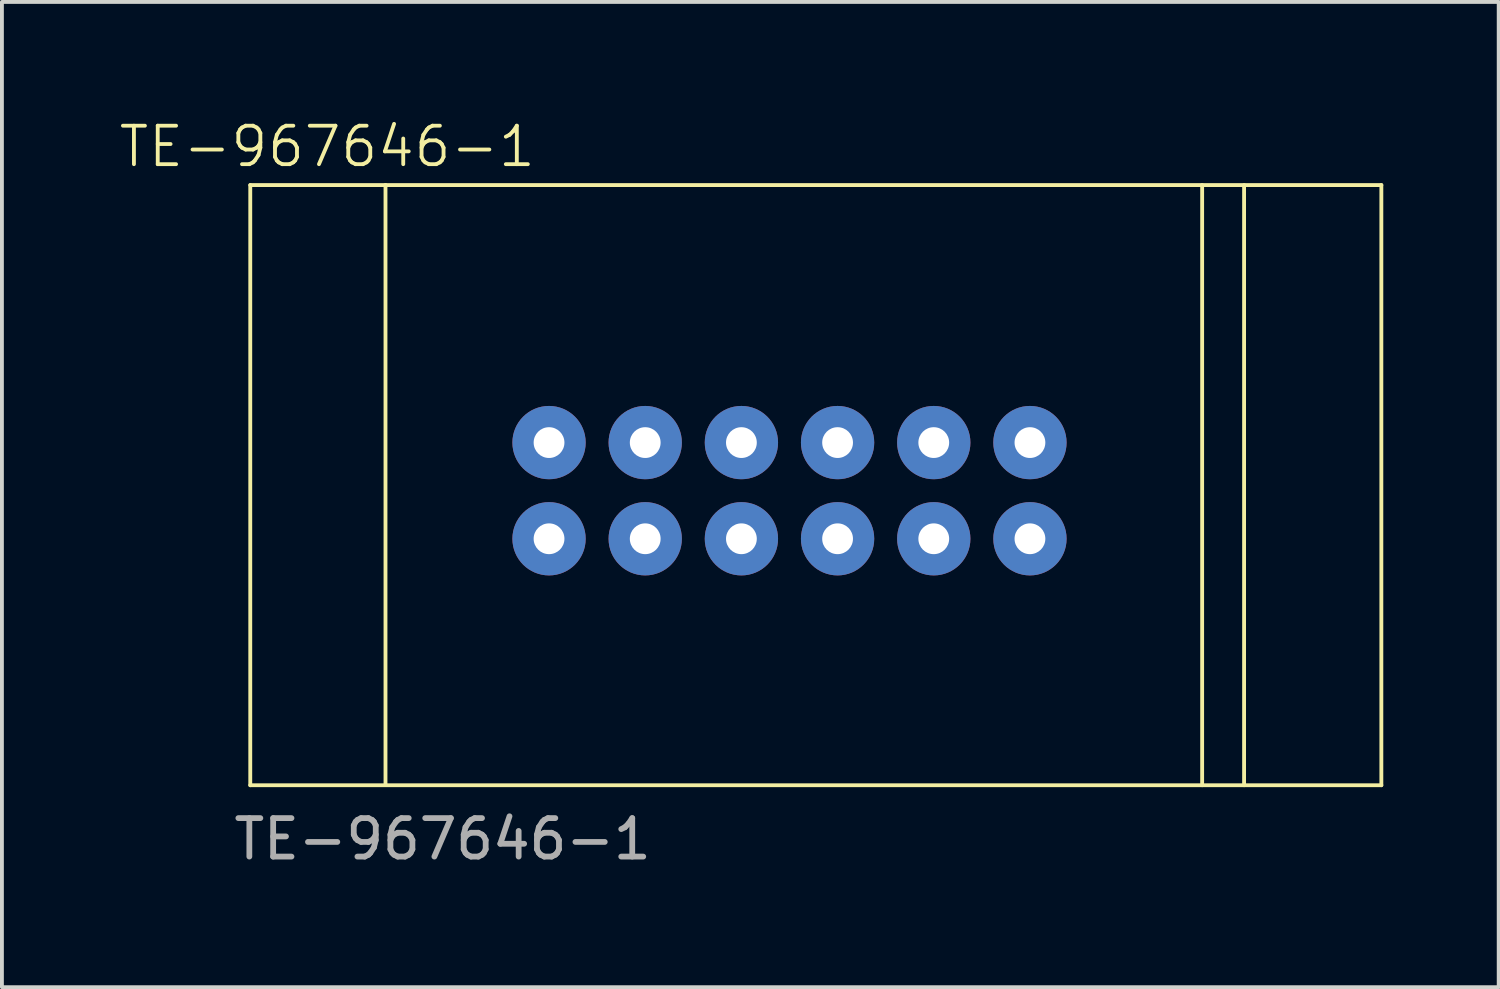
<source format=kicad_pcb>
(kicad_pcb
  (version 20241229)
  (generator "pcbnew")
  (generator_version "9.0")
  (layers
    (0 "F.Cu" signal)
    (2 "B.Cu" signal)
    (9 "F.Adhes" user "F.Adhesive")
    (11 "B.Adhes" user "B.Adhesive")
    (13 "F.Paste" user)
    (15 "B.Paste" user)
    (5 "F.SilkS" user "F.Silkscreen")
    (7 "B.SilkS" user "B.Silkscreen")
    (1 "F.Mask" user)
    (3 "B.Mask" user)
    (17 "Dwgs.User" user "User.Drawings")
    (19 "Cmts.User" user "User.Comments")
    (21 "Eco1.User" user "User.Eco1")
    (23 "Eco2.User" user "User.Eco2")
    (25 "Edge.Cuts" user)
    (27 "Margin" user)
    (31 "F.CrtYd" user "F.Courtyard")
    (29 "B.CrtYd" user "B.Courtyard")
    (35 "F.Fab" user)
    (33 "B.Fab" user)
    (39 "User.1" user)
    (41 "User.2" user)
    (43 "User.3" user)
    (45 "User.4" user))
  (footprint "TE-967646-1"
    (layer "F.Cu")
    (at 3.455 1.76)
    (property "Reference" "TE-967646-1" (at 2 -1 0) (unlocked yes) (layer "F.SilkS") (effects (font (size 1 1) (thickness 0.1))))
    (attr smd)
    (fp_line (start 0 0) (end 0 15.6) (stroke (width 0.1) (type solid)) (layer "F.SilkS"))
    (fp_line (start 0 0) (end 29.4 0) (stroke (width 0.1) (type solid)) (layer "F.SilkS"))
    (fp_line (start 0 15.6) (end 29.4 15.6) (stroke (width 0.1) (type solid)) (layer "F.SilkS"))
    (fp_line (start 3.515 -0.004) (end 3.515 15.596) (stroke (width 0.1) (type solid)) (layer "F.SilkS"))
    (fp_line (start 24.742 0) (end 24.742 15.6) (stroke (width 0.1) (type solid)) (layer "F.SilkS"))
    (fp_line (start 25.832 0) (end 25.832 15.6) (stroke (width 0.1) (type solid)) (layer "F.SilkS"))
    (fp_line (start 29.4 0) (end 29.4 15.6) (stroke (width 0.1) (type solid)) (layer "F.SilkS"))
    (fp_text user "${REFERENCE}" (at 5 17 0) (unlocked yes) (layer "F.Fab") (effects (font (size 1 1) (thickness 0.15))))
    (pad "1" thru_hole circle (at 7.766 9.194) (size 1.905 1.905) (drill 0.8) (layers "*.Cu" "*.Mask"))
    (pad "2" thru_hole circle (at 10.266 9.194) (size 1.905 1.905) (drill 0.8) (layers "*.Cu" "*.Mask"))
    (pad "3" thru_hole circle (at 12.766 9.194) (size 1.905 1.905) (drill 0.8) (layers "*.Cu" "*.Mask"))
    (pad "4" thru_hole circle (at 15.266 9.194) (size 1.905 1.905) (drill 0.8) (layers "*.Cu" "*.Mask"))
    (pad "5" thru_hole circle (at 17.766 9.194) (size 1.905 1.905) (drill 0.8) (layers "*.Cu" "*.Mask"))
    (pad "6" thru_hole circle (at 20.266 9.194) (size 1.905 1.905) (drill 0.8) (layers "*.Cu" "*.Mask"))
    (pad "7" thru_hole circle (at 7.766 6.694) (size 1.905 1.905) (drill 0.8) (layers "*.Cu" "*.Mask"))
    (pad "8" thru_hole circle (at 10.266 6.694) (size 1.905 1.905) (drill 0.8) (layers "*.Cu" "*.Mask"))
    (pad "9" thru_hole circle (at 12.766 6.694) (size 1.905 1.905) (drill 0.8) (layers "*.Cu" "*.Mask"))
    (pad "10" thru_hole circle (at 15.266 6.694) (size 1.905 1.905) (drill 0.8) (layers "*.Cu" "*.Mask"))
    (pad "11" thru_hole circle (at 17.766 6.694) (size 1.905 1.905) (drill 0.8) (layers "*.Cu" "*.Mask"))
    (pad "12" thru_hole circle (at 20.266 6.694 90) (size 1.905 1.905) (drill 0.8) (layers "*.Cu" "*.Mask")))
  (gr_rect
    (start -3 -3)
    (end 35.905 22.609)
    (stroke (width 0.1) (type default))
    (fill no)
    (layer "Edge.Cuts")))
</source>
